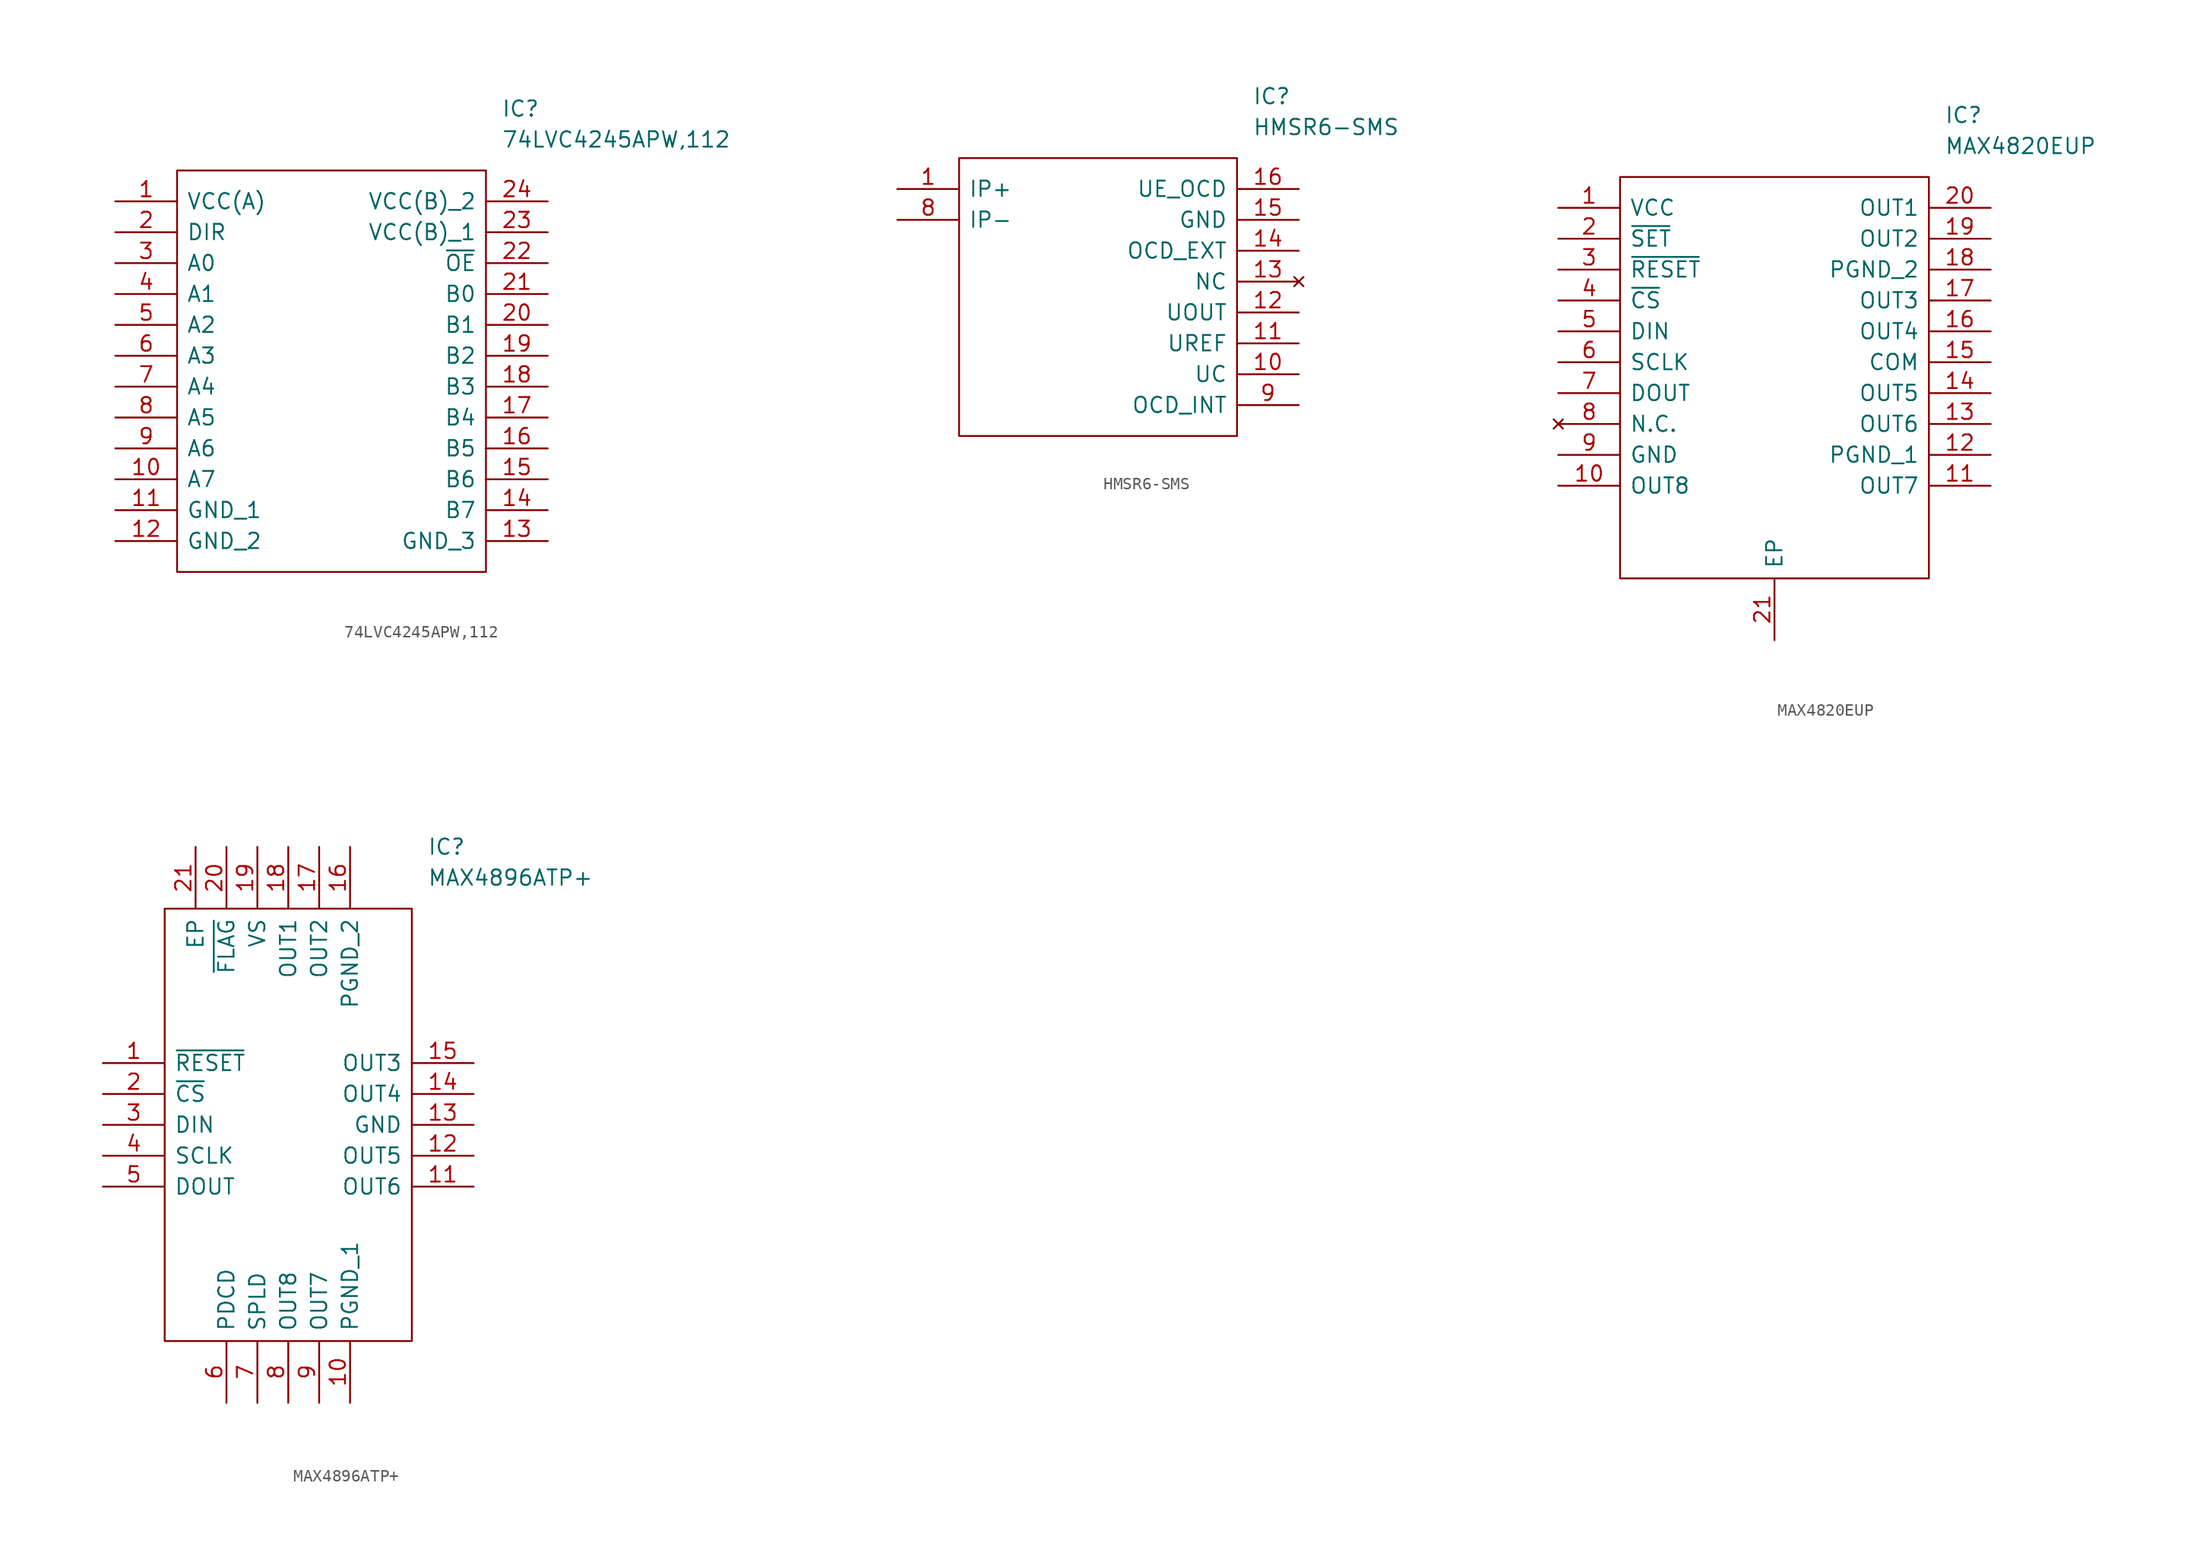
<source format=kicad_sym>
(kicad_symbol_lib
  (version 20211014)
  (generator kicad_symbol_editor)
  (symbol "74LVC4245APW,112"
    (pin_names
      (offset 0.762))
    (property "Reference" "IC"
      (at 31.75 7.62 0)
      (effects (font (size 1.27 1.27)) (justify left)))
    (property "Value" "74LVC4245APW,112"
      (at 31.75 5.08 0)
      (effects (font (size 1.27 1.27)) (justify left)))
    (symbol "74LVC4245APW,112_0_0"
      (pin passive line (at 0 0 0) (length 5.08) (name "VCC(A)" (effects (font (size 1.27 1.27)))) (number "1" (effects (font (size 1.27 1.27)))))
      (pin passive line (at 0 -22.86 0) (length 5.08) (name "A7" (effects (font (size 1.27 1.27)))) (number "10" (effects (font (size 1.27 1.27)))))
      (pin passive line (at 0 -25.4 0) (length 5.08) (name "GND_1" (effects (font (size 1.27 1.27)))) (number "11" (effects (font (size 1.27 1.27)))))
      (pin passive line (at 0 -27.94 0) (length 5.08) (name "GND_2" (effects (font (size 1.27 1.27)))) (number "12" (effects (font (size 1.27 1.27)))))
      (pin passive line (at 35.56 -27.94 180) (length 5.08) (name "GND_3" (effects (font (size 1.27 1.27)))) (number "13" (effects (font (size 1.27 1.27)))))
      (pin passive line (at 35.56 -25.4 180) (length 5.08) (name "B7" (effects (font (size 1.27 1.27)))) (number "14" (effects (font (size 1.27 1.27)))))
      (pin passive line (at 35.56 -22.86 180) (length 5.08) (name "B6" (effects (font (size 1.27 1.27)))) (number "15" (effects (font (size 1.27 1.27)))))
      (pin passive line (at 35.56 -20.32 180) (length 5.08) (name "B5" (effects (font (size 1.27 1.27)))) (number "16" (effects (font (size 1.27 1.27)))))
      (pin passive line (at 35.56 -17.78 180) (length 5.08) (name "B4" (effects (font (size 1.27 1.27)))) (number "17" (effects (font (size 1.27 1.27)))))
      (pin passive line (at 35.56 -15.24 180) (length 5.08) (name "B3" (effects (font (size 1.27 1.27)))) (number "18" (effects (font (size 1.27 1.27)))))
      (pin passive line (at 35.56 -12.7 180) (length 5.08) (name "B2" (effects (font (size 1.27 1.27)))) (number "19" (effects (font (size 1.27 1.27)))))
      (pin passive line (at 0 -2.54 0) (length 5.08) (name "DIR" (effects (font (size 1.27 1.27)))) (number "2" (effects (font (size 1.27 1.27)))))
      (pin passive line (at 35.56 -10.16 180) (length 5.08) (name "B1" (effects (font (size 1.27 1.27)))) (number "20" (effects (font (size 1.27 1.27)))))
      (pin passive line (at 35.56 -7.62 180) (length 5.08) (name "B0" (effects (font (size 1.27 1.27)))) (number "21" (effects (font (size 1.27 1.27)))))
      (pin passive line (at 35.56 -5.08 180) (length 5.08) (name "~{OE}" (effects (font (size 1.27 1.27)))) (number "22" (effects (font (size 1.27 1.27)))))
      (pin passive line (at 35.56 -2.54 180) (length 5.08) (name "VCC(B)_1" (effects (font (size 1.27 1.27)))) (number "23" (effects (font (size 1.27 1.27)))))
      (pin passive line (at 35.56 0 180) (length 5.08) (name "VCC(B)_2" (effects (font (size 1.27 1.27)))) (number "24" (effects (font (size 1.27 1.27)))))
      (pin passive line (at 0 -5.08 0) (length 5.08) (name "A0" (effects (font (size 1.27 1.27)))) (number "3" (effects (font (size 1.27 1.27)))))
      (pin passive line (at 0 -7.62 0) (length 5.08) (name "A1" (effects (font (size 1.27 1.27)))) (number "4" (effects (font (size 1.27 1.27)))))
      (pin passive line (at 0 -10.16 0) (length 5.08) (name "A2" (effects (font (size 1.27 1.27)))) (number "5" (effects (font (size 1.27 1.27)))))
      (pin passive line (at 0 -12.7 0) (length 5.08) (name "A3" (effects (font (size 1.27 1.27)))) (number "6" (effects (font (size 1.27 1.27)))))
      (pin passive line (at 0 -15.24 0) (length 5.08) (name "A4" (effects (font (size 1.27 1.27)))) (number "7" (effects (font (size 1.27 1.27)))))
      (pin passive line (at 0 -17.78 0) (length 5.08) (name "A5" (effects (font (size 1.27 1.27)))) (number "8" (effects (font (size 1.27 1.27)))))
      (pin passive line (at 0 -20.32 0) (length 5.08) (name "A6" (effects (font (size 1.27 1.27)))) (number "9" (effects (font (size 1.27 1.27))))))
    (symbol "74LVC4245APW,112_0_1"
      (polyline (pts (xy 5.08 2.54) (xy 30.48 2.54) (xy 30.48 -30.48) (xy 5.08 -30.48) (xy 5.08 2.54)) (stroke (width 0.152) (type default) (color 0 0 0 0)) (fill (type none)))))
  (symbol "HMSR6-SMS"
    (pin_names
      (offset 0.762))
    (property "Reference" "IC"
      (at 29.21 7.62 0)
      (effects (font (size 1.27 1.27)) (justify left)))
    (property "Value" "HMSR6-SMS"
      (at 29.21 5.08 0)
      (effects (font (size 1.27 1.27)) (justify left)))
    (symbol "HMSR6-SMS_0_0"
      (pin passive line (at 0 0 0) (length 5.08) (name "IP+" (effects (font (size 1.27 1.27)))) (number "1" (effects (font (size 1.27 1.27)))))
      (pin passive line (at 33.02 -15.24 180) (length 5.08) (name "UC" (effects (font (size 1.27 1.27)))) (number "10" (effects (font (size 1.27 1.27)))))
      (pin passive line (at 33.02 -12.7 180) (length 5.08) (name "UREF" (effects (font (size 1.27 1.27)))) (number "11" (effects (font (size 1.27 1.27)))))
      (pin passive line (at 33.02 -10.16 180) (length 5.08) (name "UOUT" (effects (font (size 1.27 1.27)))) (number "12" (effects (font (size 1.27 1.27)))))
      (pin no_connect line (at 33.02 -7.62 180) (length 5.08) (name "NC" (effects (font (size 1.27 1.27)))) (number "13" (effects (font (size 1.27 1.27)))))
      (pin passive line (at 33.02 -5.08 180) (length 5.08) (name "OCD_EXT" (effects (font (size 1.27 1.27)))) (number "14" (effects (font (size 1.27 1.27)))))
      (pin passive line (at 33.02 -2.54 180) (length 5.08) (name "GND" (effects (font (size 1.27 1.27)))) (number "15" (effects (font (size 1.27 1.27)))))
      (pin passive line (at 33.02 0 180) (length 5.08) (name "UE_OCD" (effects (font (size 1.27 1.27)))) (number "16" (effects (font (size 1.27 1.27)))))
      (pin passive line (at 0 -2.54 0) (length 5.08) (name "IP-" (effects (font (size 1.27 1.27)))) (number "8" (effects (font (size 1.27 1.27)))))
      (pin passive line (at 33.02 -17.78 180) (length 5.08) (name "OCD_INT" (effects (font (size 1.27 1.27)))) (number "9" (effects (font (size 1.27 1.27))))))
    (symbol "HMSR6-SMS_0_1"
      (polyline (pts (xy 5.08 2.54) (xy 27.94 2.54) (xy 27.94 -20.32) (xy 5.08 -20.32) (xy 5.08 2.54)) (stroke (width 0.152) (type default) (color 0 0 0 0)) (fill (type none)))))
  (symbol "MAX4820EUP"
    (pin_names
      (offset 0.762))
    (property "Reference" "IC"
      (at 31.75 7.62 0)
      (effects (font (size 1.27 1.27)) (justify left)))
    (property "Value" "MAX4820EUP"
      (at 31.75 5.08 0)
      (effects (font (size 1.27 1.27)) (justify left)))
    (symbol "MAX4820EUP_0_0"
      (pin passive line (at 0 0 0) (length 5.08) (name "VCC" (effects (font (size 1.27 1.27)))) (number "1" (effects (font (size 1.27 1.27)))))
      (pin passive line (at 0 -22.86 0) (length 5.08) (name "OUT8" (effects (font (size 1.27 1.27)))) (number "10" (effects (font (size 1.27 1.27)))))
      (pin passive line (at 35.56 -22.86 180) (length 5.08) (name "OUT7" (effects (font (size 1.27 1.27)))) (number "11" (effects (font (size 1.27 1.27)))))
      (pin passive line (at 35.56 -20.32 180) (length 5.08) (name "PGND_1" (effects (font (size 1.27 1.27)))) (number "12" (effects (font (size 1.27 1.27)))))
      (pin passive line (at 35.56 -17.78 180) (length 5.08) (name "OUT6" (effects (font (size 1.27 1.27)))) (number "13" (effects (font (size 1.27 1.27)))))
      (pin passive line (at 35.56 -15.24 180) (length 5.08) (name "OUT5" (effects (font (size 1.27 1.27)))) (number "14" (effects (font (size 1.27 1.27)))))
      (pin passive line (at 35.56 -12.7 180) (length 5.08) (name "COM" (effects (font (size 1.27 1.27)))) (number "15" (effects (font (size 1.27 1.27)))))
      (pin passive line (at 35.56 -10.16 180) (length 5.08) (name "OUT4" (effects (font (size 1.27 1.27)))) (number "16" (effects (font (size 1.27 1.27)))))
      (pin passive line (at 35.56 -7.62 180) (length 5.08) (name "OUT3" (effects (font (size 1.27 1.27)))) (number "17" (effects (font (size 1.27 1.27)))))
      (pin passive line (at 35.56 -5.08 180) (length 5.08) (name "PGND_2" (effects (font (size 1.27 1.27)))) (number "18" (effects (font (size 1.27 1.27)))))
      (pin passive line (at 35.56 -2.54 180) (length 5.08) (name "OUT2" (effects (font (size 1.27 1.27)))) (number "19" (effects (font (size 1.27 1.27)))))
      (pin passive line (at 0 -2.54 0) (length 5.08) (name "~{SET}" (effects (font (size 1.27 1.27)))) (number "2" (effects (font (size 1.27 1.27)))))
      (pin passive line (at 35.56 0 180) (length 5.08) (name "OUT1" (effects (font (size 1.27 1.27)))) (number "20" (effects (font (size 1.27 1.27)))))
      (pin passive line (at 17.78 -35.56 90) (length 5.08) (name "EP" (effects (font (size 1.27 1.27)))) (number "21" (effects (font (size 1.27 1.27)))))
      (pin passive line (at 0 -5.08 0) (length 5.08) (name "~{RESET}" (effects (font (size 1.27 1.27)))) (number "3" (effects (font (size 1.27 1.27)))))
      (pin passive line (at 0 -7.62 0) (length 5.08) (name "~{CS}" (effects (font (size 1.27 1.27)))) (number "4" (effects (font (size 1.27 1.27)))))
      (pin passive line (at 0 -10.16 0) (length 5.08) (name "DIN" (effects (font (size 1.27 1.27)))) (number "5" (effects (font (size 1.27 1.27)))))
      (pin passive line (at 0 -12.7 0) (length 5.08) (name "SCLK" (effects (font (size 1.27 1.27)))) (number "6" (effects (font (size 1.27 1.27)))))
      (pin passive line (at 0 -15.24 0) (length 5.08) (name "DOUT" (effects (font (size 1.27 1.27)))) (number "7" (effects (font (size 1.27 1.27)))))
      (pin no_connect line (at 0 -17.78 0) (length 5.08) (name "N.C." (effects (font (size 1.27 1.27)))) (number "8" (effects (font (size 1.27 1.27)))))
      (pin passive line (at 0 -20.32 0) (length 5.08) (name "GND" (effects (font (size 1.27 1.27)))) (number "9" (effects (font (size 1.27 1.27))))))
    (symbol "MAX4820EUP_0_1"
      (polyline (pts (xy 5.08 2.54) (xy 30.48 2.54) (xy 30.48 -30.48) (xy 5.08 -30.48) (xy 5.08 2.54)) (stroke (width 0.152) (type default) (color 0 0 0 0)) (fill (type none)))))
  (symbol "MAX4896ATP+"
    (pin_names
      (offset 0.762))
    (property "Reference" "IC"
      (at 26.67 17.78 0)
      (effects (font (size 1.27 1.27)) (justify left)))
    (property "Value" "MAX4896ATP+"
      (at 26.67 15.24 0)
      (effects (font (size 1.27 1.27)) (justify left)))
    (symbol "MAX4896ATP+_0_0"
      (pin passive line (at 0 0 0) (length 5.08) (name "~{RESET}" (effects (font (size 1.27 1.27)))) (number "1" (effects (font (size 1.27 1.27)))))
      (pin passive line (at 20.32 -27.94 90) (length 5.08) (name "PGND_1" (effects (font (size 1.27 1.27)))) (number "10" (effects (font (size 1.27 1.27)))))
      (pin passive line (at 30.48 -10.16 180) (length 5.08) (name "OUT6" (effects (font (size 1.27 1.27)))) (number "11" (effects (font (size 1.27 1.27)))))
      (pin passive line (at 30.48 -7.62 180) (length 5.08) (name "OUT5" (effects (font (size 1.27 1.27)))) (number "12" (effects (font (size 1.27 1.27)))))
      (pin passive line (at 30.48 -5.08 180) (length 5.08) (name "GND" (effects (font (size 1.27 1.27)))) (number "13" (effects (font (size 1.27 1.27)))))
      (pin passive line (at 30.48 -2.54 180) (length 5.08) (name "OUT4" (effects (font (size 1.27 1.27)))) (number "14" (effects (font (size 1.27 1.27)))))
      (pin passive line (at 30.48 0 180) (length 5.08) (name "OUT3" (effects (font (size 1.27 1.27)))) (number "15" (effects (font (size 1.27 1.27)))))
      (pin passive line (at 20.32 17.78 270) (length 5.08) (name "PGND_2" (effects (font (size 1.27 1.27)))) (number "16" (effects (font (size 1.27 1.27)))))
      (pin passive line (at 17.78 17.78 270) (length 5.08) (name "OUT2" (effects (font (size 1.27 1.27)))) (number "17" (effects (font (size 1.27 1.27)))))
      (pin passive line (at 15.24 17.78 270) (length 5.08) (name "OUT1" (effects (font (size 1.27 1.27)))) (number "18" (effects (font (size 1.27 1.27)))))
      (pin passive line (at 12.7 17.78 270) (length 5.08) (name "VS" (effects (font (size 1.27 1.27)))) (number "19" (effects (font (size 1.27 1.27)))))
      (pin passive line (at 0 -2.54 0) (length 5.08) (name "~{CS}" (effects (font (size 1.27 1.27)))) (number "2" (effects (font (size 1.27 1.27)))))
      (pin passive line (at 10.16 17.78 270) (length 5.08) (name "~{FLAG}" (effects (font (size 1.27 1.27)))) (number "20" (effects (font (size 1.27 1.27)))))
      (pin passive line (at 7.62 17.78 270) (length 5.08) (name "EP" (effects (font (size 1.27 1.27)))) (number "21" (effects (font (size 1.27 1.27)))))
      (pin passive line (at 0 -5.08 0) (length 5.08) (name "DIN" (effects (font (size 1.27 1.27)))) (number "3" (effects (font (size 1.27 1.27)))))
      (pin passive line (at 0 -7.62 0) (length 5.08) (name "SCLK" (effects (font (size 1.27 1.27)))) (number "4" (effects (font (size 1.27 1.27)))))
      (pin passive line (at 0 -10.16 0) (length 5.08) (name "DOUT" (effects (font (size 1.27 1.27)))) (number "5" (effects (font (size 1.27 1.27)))))
      (pin passive line (at 10.16 -27.94 90) (length 5.08) (name "PDCD" (effects (font (size 1.27 1.27)))) (number "6" (effects (font (size 1.27 1.27)))))
      (pin passive line (at 12.7 -27.94 90) (length 5.08) (name "SPLD" (effects (font (size 1.27 1.27)))) (number "7" (effects (font (size 1.27 1.27)))))
      (pin passive line (at 15.24 -27.94 90) (length 5.08) (name "OUT8" (effects (font (size 1.27 1.27)))) (number "8" (effects (font (size 1.27 1.27)))))
      (pin passive line (at 17.78 -27.94 90) (length 5.08) (name "OUT7" (effects (font (size 1.27 1.27)))) (number "9" (effects (font (size 1.27 1.27))))))
    (symbol "MAX4896ATP+_0_1"
      (polyline (pts (xy 5.08 12.7) (xy 25.4 12.7) (xy 25.4 -22.86) (xy 5.08 -22.86) (xy 5.08 12.7)) (stroke (width 0.152) (type default) (color 0 0 0 0)) (fill (type none))))))
</source>
